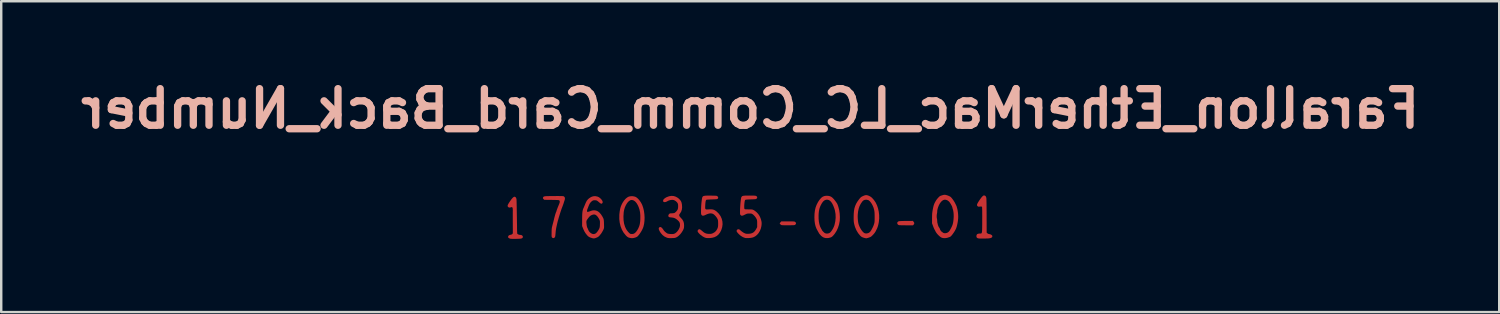
<source format=kicad_pcb>
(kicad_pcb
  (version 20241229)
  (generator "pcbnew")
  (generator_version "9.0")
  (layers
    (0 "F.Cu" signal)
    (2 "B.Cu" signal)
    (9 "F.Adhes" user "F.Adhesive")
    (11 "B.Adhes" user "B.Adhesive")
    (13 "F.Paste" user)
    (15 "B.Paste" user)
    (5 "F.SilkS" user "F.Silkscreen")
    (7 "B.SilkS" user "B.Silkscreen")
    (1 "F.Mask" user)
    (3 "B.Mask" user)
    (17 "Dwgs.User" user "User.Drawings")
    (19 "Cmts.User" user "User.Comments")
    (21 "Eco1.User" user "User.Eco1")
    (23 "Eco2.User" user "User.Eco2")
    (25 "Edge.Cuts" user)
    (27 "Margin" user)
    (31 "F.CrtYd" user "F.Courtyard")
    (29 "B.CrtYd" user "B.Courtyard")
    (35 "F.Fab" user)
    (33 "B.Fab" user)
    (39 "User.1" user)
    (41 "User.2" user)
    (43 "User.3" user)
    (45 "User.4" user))
  (footprint "Farallon_EtherMac_LC_Comm_Card_Back_Number"
    (layer "F.Cu")
    (at 27.693 5.804)
    (property "Reference" "Farallon_EtherMac_LC_Comm_Card_Back_Number" (at 0 -4.4 0) (layer "B.SilkS") (effects (font (size 1.5 1.5) (thickness 0.3)) (justify mirror)))
    (attr board_only exclude_from_pos_files exclude_from_bom)
    (fp_poly (pts (xy 6.695 0.235) (xy 6.719 0.272) (xy 6.722 0.306) (xy 6.705 0.34) (xy 6.696 0.35) (xy 6.668 0.381) (xy 6.398 0.379) (xy 6.321 0.378) (xy 6.251 0.377) (xy 6.19 0.376) (xy 6.142 0.375) (xy 6.11 0.373) (xy 6.101 0.373) (xy 6.063 0.357) (xy 6.037 0.33) (xy 6.024 0.296) (xy 6.029 0.262) (xy 6.046 0.237) (xy 6.058 0.227) (xy 6.073 0.219) (xy 6.093 0.213) (xy 6.12 0.208) (xy 6.158 0.205) (xy 6.21 0.203) (xy 6.277 0.201) (xy 6.363 0.2) (xy 6.402 0.2) (xy 6.665 0.198)) (stroke (width 0) (type solid)) (fill yes) (layer "F.Cu"))
    (fp_poly (pts (xy 1.628 0.218) (xy 1.693 0.219) (xy 1.742 0.22) (xy 1.777 0.222) (xy 1.802 0.224) (xy 1.819 0.229) (xy 1.832 0.234) (xy 1.843 0.242) (xy 1.843 0.242) (xy 1.871 0.272) (xy 1.877 0.305) (xy 1.861 0.338) (xy 1.852 0.347) (xy 1.842 0.356) (xy 1.832 0.363) (xy 1.818 0.368) (xy 1.798 0.371) (xy 1.768 0.374) (xy 1.725 0.375) (xy 1.667 0.376) (xy 1.59 0.377) (xy 1.569 0.377) (xy 1.495 0.377) (xy 1.427 0.377) (xy 1.369 0.376) (xy 1.324 0.375) (xy 1.297 0.374) (xy 1.291 0.373) (xy 1.267 0.363) (xy 1.241 0.343) (xy 1.219 0.322) (xy 1.209 0.304) (xy 1.209 0.303) (xy 1.216 0.288) (xy 1.233 0.265) (xy 1.242 0.255) (xy 1.274 0.218) (xy 1.543 0.218)) (stroke (width 0) (type solid)) (fill yes) (layer "F.Cu"))
    (fp_poly (pts (xy 9.629 -0.832) (xy 9.658 -0.799) (xy 9.675 -0.75) (xy 9.676 -0.741) (xy 9.678 -0.715) (xy 9.68 -0.673) (xy 9.681 -0.615) (xy 9.683 -0.539) (xy 9.684 -0.445) (xy 9.685 -0.332) (xy 9.686 -0.199) (xy 9.687 -0.046) (xy 9.687 0.128) (xy 9.688 0.247) (xy 9.689 0.679) (xy 9.722 0.709) (xy 9.756 0.73) (xy 9.789 0.738) (xy 9.83 0.745) (xy 9.87 0.762) (xy 9.903 0.785) (xy 9.921 0.811) (xy 9.922 0.815) (xy 9.919 0.851) (xy 9.896 0.88) (xy 9.851 0.901) (xy 9.786 0.914) (xy 9.717 0.918) (xy 9.606 0.921) (xy 9.517 0.922) (xy 9.447 0.922) (xy 9.395 0.92) (xy 9.362 0.917) (xy 9.313 0.904) (xy 9.283 0.88) (xy 9.27 0.842) (xy 9.269 0.824) (xy 9.276 0.776) (xy 9.299 0.743) (xy 9.338 0.724) (xy 9.395 0.717) (xy 9.404 0.716) (xy 9.427 0.717) (xy 9.446 0.717) (xy 9.461 0.714) (xy 9.474 0.708) (xy 9.484 0.695) (xy 9.491 0.675) (xy 9.497 0.645) (xy 9.501 0.604) (xy 9.504 0.549) (xy 9.505 0.48) (xy 9.506 0.393) (xy 9.507 0.289) (xy 9.507 0.163) (xy 9.507 0.153) (xy 9.508 0.011) (xy 9.507 -0.109) (xy 9.507 -0.206) (xy 9.505 -0.282) (xy 9.503 -0.336) (xy 9.501 -0.369) (xy 9.498 -0.38) (xy 9.475 -0.39) (xy 9.434 -0.391) (xy 9.388 -0.386) (xy 9.354 -0.385) (xy 9.33 -0.394) (xy 9.318 -0.405) (xy 9.3 -0.425) (xy 9.293 -0.448) (xy 9.296 -0.476) (xy 9.31 -0.512) (xy 9.336 -0.56) (xy 9.375 -0.621) (xy 9.43 -0.702) (xy 9.476 -0.763) (xy 9.515 -0.807) (xy 9.547 -0.834) (xy 9.575 -0.846) (xy 9.587 -0.846)) (stroke (width 0) (type solid)) (fill yes) (layer "F.Cu"))
    (fp_poly (pts (xy -9.62 -0.778) (xy -9.595 -0.746) (xy -9.579 -0.7) (xy -9.577 -0.678) (xy -9.576 -0.655) (xy -9.574 -0.612) (xy -9.573 -0.551) (xy -9.571 -0.477) (xy -9.569 -0.39) (xy -9.568 -0.294) (xy -9.566 -0.192) (xy -9.564 -0.085) (xy -9.562 0.023) (xy -9.56 0.13) (xy -9.559 0.233) (xy -9.557 0.329) (xy -9.556 0.416) (xy -9.556 0.492) (xy -9.555 0.504) (xy -9.554 0.57) (xy -9.553 0.63) (xy -9.55 0.678) (xy -9.547 0.711) (xy -9.544 0.726) (xy -9.523 0.744) (xy -9.488 0.76) (xy -9.447 0.77) (xy -9.419 0.772) (xy -9.374 0.78) (xy -9.342 0.799) (xy -9.322 0.826) (xy -9.316 0.856) (xy -9.325 0.885) (xy -9.349 0.909) (xy -9.389 0.922) (xy -9.426 0.926) (xy -9.478 0.93) (xy -9.54 0.932) (xy -9.607 0.934) (xy -9.673 0.934) (xy -9.734 0.934) (xy -9.785 0.932) (xy -9.82 0.93) (xy -9.828 0.928) (xy -9.865 0.916) (xy -9.897 0.898) (xy -9.904 0.892) (xy -9.921 0.871) (xy -9.923 0.85) (xy -9.918 0.832) (xy -9.899 0.8) (xy -9.865 0.779) (xy -9.817 0.766) (xy -9.768 0.752) (xy -9.739 0.729) (xy -9.728 0.695) (xy -9.728 0.691) (xy -9.728 0.671) (xy -9.728 0.632) (xy -9.728 0.576) (xy -9.728 0.507) (xy -9.729 0.429) (xy -9.729 0.344) (xy -9.729 0.313) (xy -9.73 0.221) (xy -9.73 0.128) (xy -9.73 0.04) (xy -9.73 -0.038) (xy -9.73 -0.104) (xy -9.73 -0.152) (xy -9.73 -0.157) (xy -9.729 -0.229) (xy -9.731 -0.282) (xy -9.734 -0.319) (xy -9.741 -0.343) (xy -9.751 -0.357) (xy -9.764 -0.364) (xy -9.768 -0.365) (xy -9.795 -0.366) (xy -9.809 -0.36) (xy -9.834 -0.349) (xy -9.868 -0.348) (xy -9.901 -0.358) (xy -9.918 -0.369) (xy -9.934 -0.389) (xy -9.941 -0.41) (xy -9.94 -0.436) (xy -9.928 -0.468) (xy -9.905 -0.511) (xy -9.87 -0.567) (xy -9.833 -0.622) (xy -9.78 -0.695) (xy -9.735 -0.747) (xy -9.696 -0.779) (xy -9.663 -0.793) (xy -9.652 -0.793)) (stroke (width 0) (type solid)) (fill yes) (layer "F.Cu"))
    (fp_poly (pts (xy -4.808 -0.813) (xy -4.732 -0.798) (xy -4.699 -0.786) (xy -4.647 -0.754) (xy -4.592 -0.705) (xy -4.538 -0.642) (xy -4.487 -0.57) (xy -4.444 -0.494) (xy -4.425 -0.453) (xy -4.385 -0.337) (xy -4.355 -0.211) (xy -4.337 -0.078) (xy -4.329 0.058) (xy -4.333 0.19) (xy -4.348 0.316) (xy -4.374 0.431) (xy -4.403 0.509) (xy -4.437 0.58) (xy -4.479 0.652) (xy -4.524 0.721) (xy -4.57 0.781) (xy -4.612 0.827) (xy -4.63 0.843) (xy -4.67 0.865) (xy -4.723 0.885) (xy -4.782 0.9) (xy -4.837 0.906) (xy -4.846 0.906) (xy -4.895 0.902) (xy -4.947 0.891) (xy -4.97 0.884) (xy -5.005 0.87) (xy -5.037 0.849) (xy -5.072 0.819) (xy -5.108 0.781) (xy -5.192 0.675) (xy -5.26 0.555) (xy -5.312 0.421) (xy -5.347 0.277) (xy -5.365 0.123) (xy -5.364 0.014) (xy -5.195 0.014) (xy -5.19 0.17) (xy -5.169 0.311) (xy -5.13 0.437) (xy -5.09 0.524) (xy -5.057 0.577) (xy -5.019 0.628) (xy -4.98 0.672) (xy -4.944 0.707) (xy -4.913 0.727) (xy -4.902 0.731) (xy -4.84 0.736) (xy -4.787 0.727) (xy -4.762 0.718) (xy -4.716 0.687) (xy -4.67 0.638) (xy -4.625 0.574) (xy -4.584 0.5) (xy -4.551 0.419) (xy -4.533 0.364) (xy -4.521 0.306) (xy -4.511 0.238) (xy -4.505 0.157) (xy -4.504 0.112) (xy -4.503 -0.028) (xy -4.514 -0.152) (xy -4.537 -0.264) (xy -4.572 -0.369) (xy -4.609 -0.45) (xy -4.659 -0.534) (xy -4.715 -0.597) (xy -4.774 -0.639) (xy -4.837 -0.658) (xy -4.864 -0.66) (xy -4.914 -0.649) (xy -4.964 -0.618) (xy -5.013 -0.571) (xy -5.059 -0.509) (xy -5.101 -0.436) (xy -5.137 -0.354) (xy -5.164 -0.265) (xy -5.182 -0.173) (xy -5.184 -0.157) (xy -5.195 0.014) (xy -5.364 0.014) (xy -5.364 -0.039) (xy -5.362 -0.073) (xy -5.348 -0.196) (xy -5.328 -0.303) (xy -5.3 -0.399) (xy -5.261 -0.488) (xy -5.221 -0.561) (xy -5.164 -0.644) (xy -5.102 -0.713) (xy -5.039 -0.764) (xy -4.977 -0.797) (xy -4.965 -0.801) (xy -4.889 -0.814)) (stroke (width 0) (type solid)) (fill yes) (layer "F.Cu"))
    (fp_poly (pts (xy 3.204 -0.828) (xy 3.265 -0.814) (xy 3.321 -0.788) (xy 3.374 -0.748) (xy 3.428 -0.692) (xy 3.487 -0.618) (xy 3.5 -0.599) (xy 3.531 -0.556) (xy 3.553 -0.524) (xy 3.569 -0.494) (xy 3.582 -0.463) (xy 3.597 -0.422) (xy 3.614 -0.369) (xy 3.646 -0.243) (xy 3.666 -0.106) (xy 3.674 0.035) (xy 3.67 0.172) (xy 3.666 0.207) (xy 3.64 0.346) (xy 3.597 0.481) (xy 3.539 0.607) (xy 3.467 0.72) (xy 3.419 0.779) (xy 3.383 0.818) (xy 3.354 0.844) (xy 3.326 0.862) (xy 3.293 0.876) (xy 3.275 0.883) (xy 3.183 0.903) (xy 3.096 0.903) (xy 3.016 0.882) (xy 3.014 0.881) (xy 2.971 0.858) (xy 2.93 0.829) (xy 2.913 0.815) (xy 2.883 0.783) (xy 2.853 0.749) (xy 2.828 0.719) (xy 2.813 0.698) (xy 2.81 0.69) (xy 2.804 0.678) (xy 2.79 0.652) (xy 2.77 0.618) (xy 2.767 0.613) (xy 2.716 0.518) (xy 2.678 0.419) (xy 2.652 0.313) (xy 2.636 0.195) (xy 2.631 0.061) (xy 2.631 0.043) (xy 2.633 -0.029) (xy 2.801 -0.029) (xy 2.802 0.103) (xy 2.813 0.225) (xy 2.834 0.335) (xy 2.864 0.431) (xy 2.903 0.509) (xy 2.907 0.515) (xy 2.923 0.541) (xy 2.932 0.56) (xy 2.933 0.564) (xy 2.941 0.581) (xy 2.961 0.608) (xy 2.99 0.639) (xy 3.021 0.669) (xy 3.051 0.693) (xy 3.066 0.702) (xy 3.117 0.717) (xy 3.175 0.716) (xy 3.232 0.701) (xy 3.248 0.693) (xy 3.284 0.666) (xy 3.323 0.621) (xy 3.362 0.564) (xy 3.399 0.499) (xy 3.43 0.431) (xy 3.453 0.368) (xy 3.486 0.217) (xy 3.501 0.066) (xy 3.496 -0.083) (xy 3.472 -0.225) (xy 3.452 -0.297) (xy 3.41 -0.411) (xy 3.366 -0.504) (xy 3.319 -0.575) (xy 3.27 -0.627) (xy 3.216 -0.658) (xy 3.158 -0.671) (xy 3.146 -0.672) (xy 3.089 -0.664) (xy 3.037 -0.639) (xy 2.988 -0.597) (xy 2.941 -0.534) (xy 2.895 -0.451) (xy 2.892 -0.446) (xy 2.859 -0.371) (xy 2.834 -0.295) (xy 2.817 -0.212) (xy 2.806 -0.118) (xy 2.801 -0.029) (xy 2.633 -0.029) (xy 2.636 -0.104) (xy 2.652 -0.235) (xy 2.68 -0.353) (xy 2.721 -0.463) (xy 2.776 -0.569) (xy 2.805 -0.616) (xy 2.862 -0.695) (xy 2.918 -0.754) (xy 2.975 -0.795) (xy 3.037 -0.82) (xy 3.105 -0.831) (xy 3.134 -0.832)) (stroke (width 0) (type solid)) (fill yes) (layer "F.Cu"))
    (fp_poly (pts (xy -7.787 -0.82) (xy -7.738 -0.819) (xy -7.701 -0.818) (xy -7.674 -0.816) (xy -7.656 -0.813) (xy -7.643 -0.809) (xy -7.633 -0.803) (xy -7.626 -0.799) (xy -7.6 -0.766) (xy -7.592 -0.721) (xy -7.601 -0.664) (xy -7.607 -0.648) (xy -7.622 -0.604) (xy -7.637 -0.557) (xy -7.639 -0.548) (xy -7.651 -0.51) (xy -7.668 -0.463) (xy -7.684 -0.419) (xy -7.701 -0.374) (xy -7.717 -0.332) (xy -7.729 -0.302) (xy -7.739 -0.273) (xy -7.754 -0.228) (xy -7.773 -0.171) (xy -7.793 -0.108) (xy -7.813 -0.044) (xy -7.831 0.016) (xy -7.847 0.068) (xy -7.857 0.105) (xy -7.859 0.112) (xy -7.868 0.146) (xy -7.876 0.173) (xy -7.879 0.179) (xy -7.885 0.2) (xy -7.894 0.238) (xy -7.906 0.288) (xy -7.919 0.344) (xy -7.932 0.402) (xy -7.944 0.457) (xy -7.953 0.504) (xy -7.961 0.551) (xy -7.969 0.611) (xy -7.975 0.676) (xy -7.979 0.719) (xy -7.984 0.777) (xy -7.989 0.818) (xy -7.995 0.845) (xy -8.003 0.864) (xy -8.015 0.878) (xy -8.015 0.879) (xy -8.048 0.902) (xy -8.082 0.903) (xy -8.114 0.884) (xy -8.124 0.874) (xy -8.131 0.863) (xy -8.136 0.847) (xy -8.139 0.823) (xy -8.14 0.787) (xy -8.14 0.736) (xy -8.139 0.672) (xy -8.138 0.597) (xy -8.135 0.539) (xy -8.13 0.491) (xy -8.121 0.445) (xy -8.109 0.396) (xy -8.108 0.392) (xy -8.092 0.331) (xy -8.077 0.274) (xy -8.064 0.226) (xy -8.056 0.192) (xy -8.054 0.185) (xy -8.029 0.081) (xy -8.006 -0.007) (xy -7.986 -0.077) (xy -7.969 -0.129) (xy -7.961 -0.151) (xy -7.947 -0.183) (xy -7.938 -0.208) (xy -7.937 -0.215) (xy -7.933 -0.23) (xy -7.922 -0.262) (xy -7.906 -0.305) (xy -7.886 -0.356) (xy -7.864 -0.41) (xy -7.842 -0.464) (xy -7.829 -0.494) (xy -7.808 -0.555) (xy -7.804 -0.602) (xy -7.816 -0.635) (xy -7.822 -0.641) (xy -7.831 -0.647) (xy -7.846 -0.651) (xy -7.869 -0.655) (xy -7.903 -0.657) (xy -7.951 -0.659) (xy -8.015 -0.661) (xy -8.097 -0.662) (xy -8.141 -0.663) (xy -8.44 -0.666) (xy -8.471 -0.697) (xy -8.49 -0.72) (xy -8.495 -0.739) (xy -8.49 -0.758) (xy -8.484 -0.773) (xy -8.475 -0.786) (xy -8.463 -0.796) (xy -8.443 -0.804) (xy -8.415 -0.81) (xy -8.376 -0.814) (xy -8.324 -0.817) (xy -8.257 -0.818) (xy -8.172 -0.819) (xy -8.068 -0.82) (xy -8.037 -0.82) (xy -7.935 -0.821) (xy -7.852 -0.821)) (stroke (width 0) (type solid)) (fill yes) (layer "F.Cu"))
    (fp_poly (pts (xy 4.785 -0.856) (xy 4.839 -0.84) (xy 4.88 -0.822) (xy 4.922 -0.8) (xy 4.961 -0.773) (xy 5 -0.737) (xy 5.044 -0.688) (xy 5.078 -0.647) (xy 5.142 -0.551) (xy 5.196 -0.439) (xy 5.238 -0.314) (xy 5.267 -0.181) (xy 5.283 -0.043) (xy 5.285 0.097) (xy 5.272 0.234) (xy 5.267 0.264) (xy 5.253 0.336) (xy 5.237 0.398) (xy 5.219 0.455) (xy 5.195 0.514) (xy 5.162 0.581) (xy 5.135 0.635) (xy 5.11 0.674) (xy 5.076 0.719) (xy 5.036 0.764) (xy 4.995 0.805) (xy 4.958 0.838) (xy 4.928 0.857) (xy 4.927 0.857) (xy 4.875 0.878) (xy 4.82 0.896) (xy 4.773 0.909) (xy 4.769 0.91) (xy 4.745 0.91) (xy 4.708 0.903) (xy 4.663 0.892) (xy 4.651 0.888) (xy 4.6 0.87) (xy 4.563 0.851) (xy 4.532 0.827) (xy 4.511 0.808) (xy 4.422 0.7) (xy 4.349 0.578) (xy 4.293 0.444) (xy 4.269 0.36) (xy 4.258 0.314) (xy 4.25 0.273) (xy 4.244 0.233) (xy 4.241 0.188) (xy 4.239 0.133) (xy 4.239 0.062) (xy 4.239 0.039) (xy 4.239 0.02) (xy 4.404 0.02) (xy 4.407 0.102) (xy 4.414 0.184) (xy 4.424 0.258) (xy 4.437 0.319) (xy 4.438 0.325) (xy 4.469 0.411) (xy 4.509 0.494) (xy 4.555 0.57) (xy 4.604 0.634) (xy 4.654 0.682) (xy 4.674 0.696) (xy 4.713 0.71) (xy 4.763 0.713) (xy 4.816 0.704) (xy 4.853 0.69) (xy 4.886 0.669) (xy 4.912 0.646) (xy 4.939 0.611) (xy 4.97 0.561) (xy 5.002 0.501) (xy 5.033 0.438) (xy 5.058 0.377) (xy 5.068 0.347) (xy 5.079 0.312) (xy 5.087 0.281) (xy 5.093 0.25) (xy 5.096 0.214) (xy 5.098 0.169) (xy 5.099 0.111) (xy 5.099 0.045) (xy 5.098 -0.04) (xy 5.096 -0.107) (xy 5.093 -0.162) (xy 5.087 -0.209) (xy 5.079 -0.252) (xy 5.078 -0.257) (xy 5.055 -0.339) (xy 5.023 -0.419) (xy 4.985 -0.493) (xy 4.943 -0.557) (xy 4.9 -0.609) (xy 4.856 -0.645) (xy 4.827 -0.658) (xy 4.754 -0.671) (xy 4.689 -0.664) (xy 4.634 -0.637) (xy 4.594 -0.598) (xy 4.529 -0.504) (xy 4.48 -0.406) (xy 4.444 -0.301) (xy 4.42 -0.185) (xy 4.406 -0.055) (xy 4.404 0.02) (xy 4.239 0.02) (xy 4.242 -0.095) (xy 4.252 -0.212) (xy 4.27 -0.316) (xy 4.299 -0.41) (xy 4.338 -0.5) (xy 4.39 -0.589) (xy 4.456 -0.681) (xy 4.481 -0.713) (xy 4.513 -0.75) (xy 4.543 -0.777) (xy 4.579 -0.8) (xy 4.627 -0.823) (xy 4.687 -0.847) (xy 4.737 -0.858)) (stroke (width 0) (type solid)) (fill yes) (layer "F.Cu"))
    (fp_poly (pts (xy -3.135 -0.821) (xy -3.046 -0.792) (xy -2.962 -0.743) (xy -2.925 -0.712) (xy -2.872 -0.658) (xy -2.836 -0.606) (xy -2.813 -0.548) (xy -2.799 -0.477) (xy -2.798 -0.469) (xy -2.791 -0.36) (xy -2.802 -0.264) (xy -2.83 -0.18) (xy -2.876 -0.107) (xy -2.883 -0.098) (xy -2.906 -0.064) (xy -2.912 -0.031) (xy -2.9 0.004) (xy -2.87 0.044) (xy -2.843 0.073) (xy -2.783 0.14) (xy -2.742 0.209) (xy -2.718 0.286) (xy -2.71 0.373) (xy -2.711 0.424) (xy -2.715 0.469) (xy -2.722 0.505) (xy -2.735 0.541) (xy -2.757 0.585) (xy -2.766 0.602) (xy -2.813 0.677) (xy -2.87 0.748) (xy -2.933 0.809) (xy -2.995 0.856) (xy -3.022 0.87) (xy -3.051 0.883) (xy -3.078 0.892) (xy -3.11 0.898) (xy -3.152 0.901) (xy -3.21 0.903) (xy -3.218 0.904) (xy -3.283 0.904) (xy -3.332 0.903) (xy -3.371 0.898) (xy -3.405 0.889) (xy -3.414 0.886) (xy -3.506 0.844) (xy -3.589 0.781) (xy -3.662 0.699) (xy -3.705 0.633) (xy -3.735 0.572) (xy -3.749 0.525) (xy -3.745 0.488) (xy -3.73 0.466) (xy -3.697 0.449) (xy -3.661 0.453) (xy -3.623 0.48) (xy -3.612 0.492) (xy -3.585 0.524) (xy -3.563 0.556) (xy -3.555 0.569) (xy -3.534 0.599) (xy -3.5 0.635) (xy -3.459 0.67) (xy -3.419 0.7) (xy -3.399 0.712) (xy -3.364 0.723) (xy -3.315 0.731) (xy -3.257 0.736) (xy -3.2 0.737) (xy -3.149 0.733) (xy -3.124 0.728) (xy -3.072 0.704) (xy -3.019 0.662) (xy -2.97 0.607) (xy -2.929 0.545) (xy -2.897 0.478) (xy -2.88 0.414) (xy -2.877 0.381) (xy -2.88 0.318) (xy -2.892 0.27) (xy -2.916 0.228) (xy -2.956 0.185) (xy -2.965 0.176) (xy -3.028 0.124) (xy -3.088 0.089) (xy -3.152 0.068) (xy -3.228 0.057) (xy -3.233 0.057) (xy -3.283 0.052) (xy -3.314 0.046) (xy -3.334 0.037) (xy -3.343 0.029) (xy -3.357 -0.008) (xy -3.35 -0.046) (xy -3.328 -0.079) (xy -3.31 -0.096) (xy -3.293 -0.106) (xy -3.269 -0.111) (xy -3.233 -0.113) (xy -3.213 -0.113) (xy -3.167 -0.116) (xy -3.127 -0.121) (xy -3.101 -0.129) (xy -3.101 -0.129) (xy -3.064 -0.156) (xy -3.024 -0.195) (xy -2.991 -0.239) (xy -2.972 -0.273) (xy -2.961 -0.314) (xy -2.955 -0.367) (xy -2.954 -0.423) (xy -2.958 -0.475) (xy -2.966 -0.509) (xy -2.996 -0.559) (xy -3.042 -0.605) (xy -3.097 -0.641) (xy -3.152 -0.661) (xy -3.197 -0.664) (xy -3.252 -0.659) (xy -3.308 -0.647) (xy -3.355 -0.63) (xy -3.367 -0.624) (xy -3.421 -0.594) (xy -3.465 -0.577) (xy -3.504 -0.571) (xy -3.508 -0.571) (xy -3.545 -0.577) (xy -3.565 -0.597) (xy -3.571 -0.634) (xy -3.56 -0.669) (xy -3.529 -0.706) (xy -3.479 -0.744) (xy -3.422 -0.776) (xy -3.324 -0.812) (xy -3.228 -0.827)) (stroke (width 0) (type solid)) (fill yes) (layer "F.Cu"))
    (fp_poly (pts (xy -1.624 -0.838) (xy -1.603 -0.838) (xy -1.525 -0.836) (xy -1.466 -0.835) (xy -1.422 -0.833) (xy -1.392 -0.831) (xy -1.372 -0.827) (xy -1.358 -0.821) (xy -1.347 -0.814) (xy -1.339 -0.807) (xy -1.315 -0.774) (xy -1.313 -0.741) (xy -1.332 -0.711) (xy -1.333 -0.71) (xy -1.344 -0.702) (xy -1.359 -0.696) (xy -1.381 -0.692) (xy -1.414 -0.689) (xy -1.461 -0.686) (xy -1.526 -0.684) (xy -1.566 -0.682) (xy -1.633 -0.68) (xy -1.693 -0.677) (xy -1.742 -0.674) (xy -1.777 -0.671) (xy -1.793 -0.668) (xy -1.808 -0.655) (xy -1.82 -0.631) (xy -1.829 -0.594) (xy -1.836 -0.54) (xy -1.842 -0.467) (xy -1.842 -0.455) (xy -1.846 -0.386) (xy -1.846 -0.336) (xy -1.841 -0.302) (xy -1.828 -0.282) (xy -1.805 -0.272) (xy -1.769 -0.27) (xy -1.719 -0.273) (xy -1.701 -0.274) (xy -1.618 -0.277) (xy -1.551 -0.272) (xy -1.494 -0.258) (xy -1.442 -0.233) (xy -1.388 -0.195) (xy -1.368 -0.178) (xy -1.282 -0.092) (xy -1.215 0.004) (xy -1.168 0.109) (xy -1.14 0.22) (xy -1.133 0.335) (xy -1.148 0.452) (xy -1.184 0.568) (xy -1.186 0.574) (xy -1.237 0.674) (xy -1.299 0.755) (xy -1.373 0.818) (xy -1.46 0.863) (xy -1.561 0.89) (xy -1.668 0.902) (xy -1.72 0.902) (xy -1.769 0.901) (xy -1.807 0.897) (xy -1.818 0.895) (xy -1.888 0.869) (xy -1.964 0.825) (xy -2.038 0.768) (xy -2.071 0.738) (xy -2.116 0.691) (xy -2.144 0.654) (xy -2.156 0.624) (xy -2.155 0.598) (xy -2.141 0.573) (xy -2.116 0.547) (xy -2.088 0.538) (xy -2.055 0.547) (xy -2.014 0.574) (xy -1.981 0.602) (xy -1.918 0.655) (xy -1.863 0.692) (xy -1.807 0.715) (xy -1.747 0.727) (xy -1.693 0.73) (xy -1.641 0.731) (xy -1.603 0.727) (xy -1.57 0.719) (xy -1.534 0.705) (xy -1.527 0.701) (xy -1.454 0.659) (xy -1.398 0.604) (xy -1.354 0.533) (xy -1.346 0.515) (xy -1.333 0.481) (xy -1.324 0.451) (xy -1.319 0.419) (xy -1.316 0.379) (xy -1.315 0.324) (xy -1.315 0.308) (xy -1.316 0.249) (xy -1.318 0.206) (xy -1.322 0.174) (xy -1.329 0.147) (xy -1.341 0.119) (xy -1.344 0.112) (xy -1.377 0.056) (xy -1.419 0.002) (xy -1.465 -0.046) (xy -1.512 -0.082) (xy -1.54 -0.096) (xy -1.609 -0.111) (xy -1.685 -0.104) (xy -1.769 -0.077) (xy -1.816 -0.055) (xy -1.876 -0.028) (xy -1.921 -0.015) (xy -1.956 -0.016) (xy -1.983 -0.032) (xy -1.995 -0.046) (xy -2.004 -0.061) (xy -2.01 -0.079) (xy -2.014 -0.106) (xy -2.016 -0.145) (xy -2.016 -0.201) (xy -2.016 -0.219) (xy -2.014 -0.302) (xy -2.01 -0.388) (xy -2.005 -0.474) (xy -1.997 -0.557) (xy -1.988 -0.632) (xy -1.979 -0.697) (xy -1.969 -0.748) (xy -1.959 -0.781) (xy -1.955 -0.788) (xy -1.94 -0.805) (xy -1.919 -0.818) (xy -1.889 -0.827) (xy -1.846 -0.834) (xy -1.79 -0.837) (xy -1.716 -0.839)) (stroke (width 0) (type solid)) (fill yes) (layer "F.Cu"))
    (fp_poly (pts (xy 0.05 -0.839) (xy 0.113 -0.839) (xy 0.16 -0.837) (xy 0.194 -0.835) (xy 0.218 -0.831) (xy 0.236 -0.826) (xy 0.248 -0.82) (xy 0.279 -0.793) (xy 0.288 -0.763) (xy 0.275 -0.731) (xy 0.265 -0.719) (xy 0.254 -0.709) (xy 0.243 -0.701) (xy 0.228 -0.696) (xy 0.205 -0.692) (xy 0.172 -0.689) (xy 0.125 -0.687) (xy 0.06 -0.685) (xy 0.023 -0.683) (xy -0.053 -0.681) (xy -0.11 -0.678) (xy -0.151 -0.675) (xy -0.179 -0.671) (xy -0.196 -0.666) (xy -0.207 -0.66) (xy -0.208 -0.658) (xy -0.218 -0.638) (xy -0.227 -0.6) (xy -0.235 -0.55) (xy -0.241 -0.493) (xy -0.245 -0.434) (xy -0.246 -0.379) (xy -0.244 -0.333) (xy -0.239 -0.3) (xy -0.235 -0.291) (xy -0.227 -0.284) (xy -0.21 -0.279) (xy -0.18 -0.276) (xy -0.135 -0.275) (xy -0.071 -0.274) (xy -0.07 -0.274) (xy -0.007 -0.274) (xy 0.039 -0.272) (xy 0.072 -0.269) (xy 0.098 -0.264) (xy 0.121 -0.255) (xy 0.139 -0.247) (xy 0.191 -0.214) (xy 0.248 -0.168) (xy 0.303 -0.113) (xy 0.349 -0.057) (xy 0.368 -0.028) (xy 0.405 0.043) (xy 0.436 0.125) (xy 0.458 0.206) (xy 0.466 0.251) (xy 0.468 0.292) (xy 0.466 0.345) (xy 0.46 0.398) (xy 0.46 0.405) (xy 0.435 0.512) (xy 0.395 0.611) (xy 0.342 0.699) (xy 0.277 0.773) (xy 0.203 0.832) (xy 0.121 0.872) (xy 0.112 0.875) (xy 0.059 0.887) (xy -0.005 0.897) (xy -0.073 0.902) (xy -0.138 0.903) (xy -0.192 0.9) (xy -0.215 0.895) (xy -0.3 0.863) (xy -0.385 0.811) (xy -0.466 0.741) (xy -0.47 0.737) (xy -0.505 0.699) (xy -0.533 0.665) (xy -0.551 0.638) (xy -0.556 0.628) (xy -0.556 0.59) (xy -0.537 0.559) (xy -0.504 0.542) (xy -0.492 0.54) (xy -0.47 0.54) (xy -0.45 0.547) (xy -0.425 0.564) (xy -0.391 0.594) (xy -0.386 0.598) (xy -0.343 0.634) (xy -0.294 0.668) (xy -0.251 0.694) (xy -0.25 0.694) (xy -0.209 0.712) (xy -0.173 0.723) (xy -0.131 0.727) (xy -0.095 0.728) (xy -0.002 0.721) (xy 0.075 0.701) (xy 0.138 0.665) (xy 0.192 0.611) (xy 0.239 0.539) (xy 0.242 0.535) (xy 0.285 0.453) (xy 0.285 0.313) (xy 0.285 0.252) (xy 0.283 0.208) (xy 0.279 0.175) (xy 0.272 0.148) (xy 0.261 0.122) (xy 0.26 0.119) (xy 0.226 0.06) (xy 0.181 0.001) (xy 0.131 -0.05) (xy 0.096 -0.077) (xy 0.07 -0.092) (xy 0.044 -0.101) (xy 0.013 -0.105) (xy -0.033 -0.105) (xy -0.039 -0.105) (xy -0.085 -0.104) (xy -0.12 -0.099) (xy -0.152 -0.09) (xy -0.191 -0.072) (xy -0.22 -0.058) (xy -0.275 -0.031) (xy -0.316 -0.017) (xy -0.347 -0.014) (xy -0.371 -0.022) (xy -0.393 -0.04) (xy -0.404 -0.054) (xy -0.412 -0.068) (xy -0.416 -0.088) (xy -0.418 -0.117) (xy -0.418 -0.161) (xy -0.418 -0.205) (xy -0.416 -0.283) (xy -0.412 -0.365) (xy -0.406 -0.448) (xy -0.4 -0.529) (xy -0.392 -0.605) (xy -0.384 -0.67) (xy -0.376 -0.723) (xy -0.369 -0.759) (xy -0.364 -0.772) (xy -0.352 -0.792) (xy -0.338 -0.808) (xy -0.319 -0.82) (xy -0.292 -0.829) (xy -0.254 -0.834) (xy -0.203 -0.838) (xy -0.136 -0.839) (xy -0.05 -0.84) (xy -0.033 -0.84)) (stroke (width 0) (type solid)) (fill yes) (layer "F.Cu"))
    (fp_poly (pts (xy -6.27 -0.801) (xy -6.262 -0.799) (xy -6.201 -0.772) (xy -6.148 -0.733) (xy -6.096 -0.678) (xy -6.089 -0.67) (xy -6.057 -0.62) (xy -6.045 -0.576) (xy -6.052 -0.54) (xy -6.065 -0.522) (xy -6.084 -0.509) (xy -6.104 -0.506) (xy -6.128 -0.515) (xy -6.16 -0.537) (xy -6.203 -0.573) (xy -6.243 -0.606) (xy -6.272 -0.627) (xy -6.296 -0.639) (xy -6.322 -0.645) (xy -6.343 -0.647) (xy -6.397 -0.649) (xy -6.438 -0.641) (xy -6.475 -0.621) (xy -6.511 -0.591) (xy -6.545 -0.556) (xy -6.573 -0.517) (xy -6.598 -0.47) (xy -6.624 -0.408) (xy -6.634 -0.381) (xy -6.649 -0.341) (xy -6.663 -0.306) (xy -6.671 -0.285) (xy -6.68 -0.259) (xy -6.686 -0.225) (xy -6.687 -0.221) (xy -6.689 -0.193) (xy -6.683 -0.179) (xy -6.668 -0.173) (xy -6.643 -0.174) (xy -6.604 -0.184) (xy -6.555 -0.201) (xy -6.554 -0.202) (xy -6.482 -0.226) (xy -6.42 -0.236) (xy -6.359 -0.233) (xy -6.3 -0.219) (xy -6.237 -0.19) (xy -6.175 -0.139) (xy -6.114 -0.069) (xy -6.058 0.019) (xy -6.021 0.09) (xy -6.012 0.113) (xy -6.005 0.139) (xy -6 0.172) (xy -5.996 0.216) (xy -5.993 0.277) (xy -5.992 0.314) (xy -5.99 0.381) (xy -5.989 0.43) (xy -5.99 0.466) (xy -5.994 0.493) (xy -6 0.517) (xy -6.009 0.54) (xy -6.012 0.549) (xy -6.028 0.582) (xy -6.05 0.622) (xy -6.075 0.665) (xy -6.1 0.705) (xy -6.121 0.735) (xy -6.134 0.75) (xy -6.145 0.762) (xy -6.163 0.785) (xy -6.173 0.798) (xy -6.209 0.835) (xy -6.256 0.866) (xy -6.32 0.894) (xy -6.338 0.901) (xy -6.377 0.912) (xy -6.413 0.916) (xy -6.451 0.911) (xy -6.499 0.897) (xy -6.516 0.892) (xy -6.571 0.872) (xy -6.613 0.85) (xy -6.648 0.823) (xy -6.685 0.785) (xy -6.697 0.77) (xy -6.749 0.703) (xy -6.793 0.631) (xy -6.834 0.546) (xy -6.851 0.504) (xy -6.889 0.409) (xy -6.888 0.234) (xy -6.715 0.234) (xy -6.713 0.277) (xy -6.707 0.33) (xy -6.701 0.382) (xy -6.692 0.427) (xy -6.684 0.46) (xy -6.678 0.473) (xy -6.665 0.497) (xy -6.65 0.534) (xy -6.639 0.56) (xy -6.619 0.602) (xy -6.594 0.64) (xy -6.58 0.657) (xy -6.521 0.705) (xy -6.466 0.731) (xy -6.413 0.738) (xy -6.357 0.725) (xy -6.354 0.723) (xy -6.32 0.701) (xy -6.282 0.663) (xy -6.244 0.613) (xy -6.209 0.558) (xy -6.193 0.528) (xy -6.18 0.497) (xy -6.171 0.468) (xy -6.165 0.434) (xy -6.161 0.389) (xy -6.159 0.332) (xy -6.158 0.275) (xy -6.158 0.234) (xy -6.161 0.205) (xy -6.167 0.18) (xy -6.178 0.154) (xy -6.189 0.13) (xy -6.214 0.085) (xy -6.243 0.041) (xy -6.264 0.014) (xy -6.311 -0.033) (xy -6.358 -0.06) (xy -6.408 -0.066) (xy -6.465 -0.053) (xy -6.489 -0.044) (xy -6.529 -0.025) (xy -6.562 -0.002) (xy -6.594 0.029) (xy -6.63 0.073) (xy -6.643 0.09) (xy -6.676 0.135) (xy -6.698 0.169) (xy -6.71 0.2) (xy -6.715 0.234) (xy -6.888 0.234) (xy -6.888 0.14) (xy -6.887 0.042) (xy -6.885 -0.037) (xy -6.882 -0.1) (xy -6.878 -0.15) (xy -6.873 -0.191) (xy -6.869 -0.212) (xy -6.859 -0.254) (xy -6.849 -0.287) (xy -6.842 -0.306) (xy -6.841 -0.307) (xy -6.834 -0.322) (xy -6.82 -0.352) (xy -6.802 -0.396) (xy -6.781 -0.446) (xy -6.778 -0.453) (xy -6.747 -0.528) (xy -6.72 -0.586) (xy -6.694 -0.631) (xy -6.666 -0.668) (xy -6.633 -0.701) (xy -6.599 -0.73) (xy -6.521 -0.781) (xy -6.439 -0.81) (xy -6.355 -0.817)) (stroke (width 0) (type solid)) (fill yes) (layer "F.Cu"))
    (fp_poly (pts (xy 7.992 -0.87) (xy 8.039 -0.86) (xy 8.093 -0.843) (xy 8.147 -0.821) (xy 8.192 -0.798) (xy 8.217 -0.78) (xy 8.25 -0.746) (xy 8.288 -0.698) (xy 8.328 -0.643) (xy 8.363 -0.588) (xy 8.391 -0.54) (xy 8.397 -0.526) (xy 8.41 -0.498) (xy 8.419 -0.481) (xy 8.432 -0.456) (xy 8.436 -0.448) (xy 8.446 -0.424) (xy 8.453 -0.409) (xy 8.463 -0.379) (xy 8.467 -0.364) (xy 8.473 -0.336) (xy 8.477 -0.325) (xy 8.489 -0.282) (xy 8.5 -0.224) (xy 8.51 -0.155) (xy 8.518 -0.081) (xy 8.522 -0.01) (xy 8.523 0.028) (xy 8.52 0.107) (xy 8.511 0.195) (xy 8.496 0.286) (xy 8.477 0.375) (xy 8.455 0.454) (xy 8.432 0.518) (xy 8.429 0.524) (xy 8.395 0.59) (xy 8.356 0.655) (xy 8.314 0.716) (xy 8.273 0.771) (xy 8.235 0.815) (xy 8.2 0.846) (xy 8.173 0.861) (xy 8.167 0.862) (xy 8.143 0.865) (xy 8.134 0.87) (xy 8.114 0.88) (xy 8.078 0.89) (xy 8.034 0.899) (xy 7.989 0.904) (xy 7.959 0.905) (xy 7.913 0.902) (xy 7.865 0.892) (xy 7.847 0.886) (xy 7.807 0.865) (xy 7.76 0.829) (xy 7.711 0.783) (xy 7.664 0.733) (xy 7.625 0.682) (xy 7.597 0.637) (xy 7.592 0.627) (xy 7.576 0.592) (xy 7.558 0.561) (xy 7.557 0.56) (xy 7.545 0.538) (xy 7.528 0.501) (xy 7.509 0.454) (xy 7.494 0.414) (xy 7.45 0.297) (xy 7.451 0.09) (xy 7.452 0.016) (xy 7.641 0.016) (xy 7.644 0.071) (xy 7.653 0.112) (xy 7.657 0.131) (xy 7.66 0.165) (xy 7.663 0.207) (xy 7.663 0.21) (xy 7.666 0.253) (xy 7.671 0.287) (xy 7.678 0.306) (xy 7.678 0.307) (xy 7.686 0.322) (xy 7.685 0.327) (xy 7.684 0.34) (xy 7.692 0.364) (xy 7.692 0.365) (xy 7.702 0.392) (xy 7.708 0.411) (xy 7.715 0.427) (xy 7.731 0.454) (xy 7.743 0.472) (xy 7.761 0.502) (xy 7.773 0.524) (xy 7.775 0.532) (xy 7.78 0.551) (xy 7.794 0.578) (xy 7.813 0.606) (xy 7.83 0.629) (xy 7.843 0.638) (xy 7.843 0.638) (xy 7.861 0.646) (xy 7.866 0.652) (xy 7.898 0.682) (xy 7.942 0.7) (xy 7.994 0.703) (xy 8.048 0.694) (xy 8.1 0.67) (xy 8.107 0.665) (xy 8.14 0.637) (xy 8.168 0.605) (xy 8.175 0.593) (xy 8.219 0.514) (xy 8.253 0.448) (xy 8.278 0.392) (xy 8.297 0.339) (xy 8.31 0.286) (xy 8.321 0.227) (xy 8.329 0.157) (xy 8.332 0.124) (xy 8.338 0.031) (xy 8.337 -0.063) (xy 8.33 -0.152) (xy 8.317 -0.229) (xy 8.303 -0.28) (xy 8.291 -0.314) (xy 8.285 -0.342) (xy 8.284 -0.35) (xy 8.278 -0.375) (xy 8.261 -0.413) (xy 8.238 -0.458) (xy 8.21 -0.505) (xy 8.182 -0.549) (xy 8.155 -0.585) (xy 8.145 -0.596) (xy 8.088 -0.641) (xy 8.024 -0.666) (xy 7.976 -0.672) (xy 7.923 -0.661) (xy 7.87 -0.63) (xy 7.819 -0.582) (xy 7.772 -0.518) (xy 7.73 -0.441) (xy 7.696 -0.353) (xy 7.678 -0.292) (xy 7.669 -0.249) (xy 7.663 -0.213) (xy 7.663 -0.191) (xy 7.663 -0.189) (xy 7.663 -0.17) (xy 7.659 -0.136) (xy 7.652 -0.099) (xy 7.643 -0.043) (xy 7.641 0.016) (xy 7.452 0.016) (xy 7.452 0.006) (xy 7.454 -0.061) (xy 7.458 -0.119) (xy 7.465 -0.174) (xy 7.474 -0.232) (xy 7.481 -0.269) (xy 7.497 -0.349) (xy 7.512 -0.413) (xy 7.528 -0.465) (xy 7.546 -0.513) (xy 7.57 -0.561) (xy 7.6 -0.615) (xy 7.614 -0.638) (xy 7.64 -0.676) (xy 7.673 -0.718) (xy 7.709 -0.758) (xy 7.744 -0.793) (xy 7.774 -0.817) (xy 7.788 -0.825) (xy 7.851 -0.847) (xy 7.897 -0.861) (xy 7.933 -0.869) (xy 7.963 -0.872)) (stroke (width 0) (type solid)) (fill yes) (layer "F.Cu")))
  (gr_rect
    (start -3 -3)
    (end 58.386 9.738)
    (stroke (width 0.1) (type default))
    (fill no)
    (layer "Edge.Cuts")))
</source>
